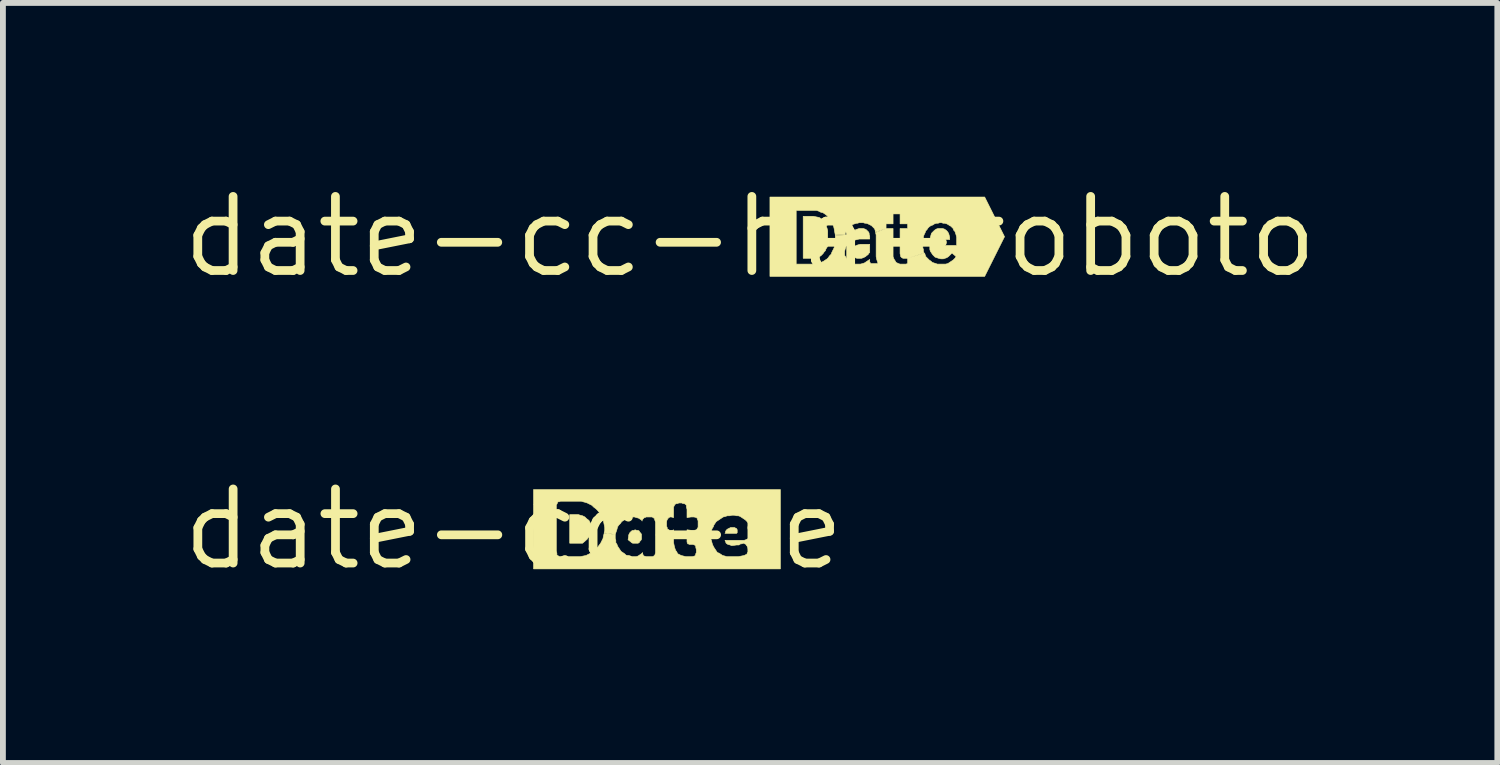
<source format=kicad_pcb>
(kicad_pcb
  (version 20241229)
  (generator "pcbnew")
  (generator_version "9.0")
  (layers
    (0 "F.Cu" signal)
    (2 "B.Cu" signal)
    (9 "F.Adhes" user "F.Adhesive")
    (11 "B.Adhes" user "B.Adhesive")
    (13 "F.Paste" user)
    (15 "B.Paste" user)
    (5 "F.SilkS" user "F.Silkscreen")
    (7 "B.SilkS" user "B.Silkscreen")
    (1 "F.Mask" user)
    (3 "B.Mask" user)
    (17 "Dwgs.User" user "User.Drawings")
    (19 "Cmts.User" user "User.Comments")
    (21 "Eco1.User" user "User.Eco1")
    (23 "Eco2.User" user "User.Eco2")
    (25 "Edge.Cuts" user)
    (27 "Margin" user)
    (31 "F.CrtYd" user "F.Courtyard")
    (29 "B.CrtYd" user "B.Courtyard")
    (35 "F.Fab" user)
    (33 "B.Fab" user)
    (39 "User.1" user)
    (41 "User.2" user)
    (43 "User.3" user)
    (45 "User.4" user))
  (footprint "date-cc-ha-roboto"
    (layer "F.Cu")
    (at 9.804 1.006)
    (property "Reference" "date-cc-ha-roboto" (at 0 0 0) (layer "F.SilkS") (effects (font (size 1.27 1.27) (thickness 0.15))))
    (attr board_only exclude_from_pos_files exclude_from_bom)
    (fp_poly (pts (xy 3.26 -0.14) (xy 3.22 -0.14) (xy 3.19 -0.13) (xy 3.16 -0.11) (xy 3.13 -0.08) (xy 3.11 -0.06) (xy 3.1 -0.03) (xy 3.09 0.01) (xy 3.08 0.05) (xy 3.42 0.05) (xy 3.42 0.01) (xy 3.41 -0.03) (xy 3.4 -0.06) (xy 3.38 -0.09) (xy 3.36 -0.11) (xy 3.33 -0.13) (xy 3.3 -0.14) (xy 3.26 -0.14)) (stroke (width 0.01) (type solid)) (fill yes) (layer "F.SilkS"))
    (fp_poly (pts (xy 1.87 0.37) (xy 1.89 0.37) (xy 1.91 0.37) (xy 1.94 0.36) (xy 1.96 0.35) (xy 1.98 0.34) (xy 2 0.32) (xy 2.02 0.31) (xy 2.03 0.29) (xy 2.05 0.27) (xy 2.05 0.13) (xy 1.92 0.13) (xy 1.89 0.13) (xy 1.85 0.14) (xy 1.82 0.15) (xy 1.8 0.16) (xy 1.78 0.17) (xy 1.76 0.19) (xy 1.75 0.2) (xy 1.75 0.22) (xy 1.74 0.23) (xy 1.74 0.25) (xy 1.74 0.27) (xy 1.74 0.29) (xy 1.75 0.31) (xy 1.76 0.32) (xy 1.77 0.33) (xy 1.78 0.34) (xy 1.8 0.36) (xy 1.83 0.37) (xy 1.87 0.37)) (stroke (width 0.01) (type solid)) (fill yes) (layer "F.SilkS"))
    (fp_poly (pts (xy 0.91 -0.35) (xy 0.91 0.37) (xy 1.07 0.37) (xy 1.11 0.37) (xy 1.15 0.36) (xy 1.18 0.34) (xy 1.21 0.33) (xy 1.23 0.31) (xy 1.25 0.29) (xy 1.27 0.26) (xy 1.29 0.24) (xy 1.3 0.21) (xy 1.32 0.18) (xy 1.33 0.14) (xy 1.33 0.09) (xy 1.33 0.05) (xy 1.33 -0.02) (xy 1.33 -0.06) (xy 1.33 -0.1) (xy 1.32 -0.14) (xy 1.31 -0.17) (xy 1.3 -0.2) (xy 1.29 -0.22) (xy 1.27 -0.25) (xy 1.26 -0.27) (xy 1.24 -0.29) (xy 1.22 -0.3) (xy 1.2 -0.32) (xy 1.18 -0.33) (xy 1.13 -0.34) (xy 1.08 -0.35) (xy 1.05 -0.35) (xy 0.91 -0.35)) (stroke (width 0.01) (type solid)) (fill yes) (layer "F.SilkS"))
    (fp_poly (pts (xy 0.68 -0.68) (xy 0.34 -0.68) (xy 0.34 0.68) (xy 4.02 0.68) (xy 4.36 0) (xy 4.02 -0.68) (xy 0.68 -0.68) (xy 0.79 -0.45) (xy 1.05 -0.45) (xy 1.1 -0.45) (xy 1.14 -0.45) (xy 1.17 -0.44) (xy 1.21 -0.42) (xy 1.25 -0.41) (xy 1.28 -0.39) (xy 1.32 -0.36) (xy 1.34 -0.33) (xy 1.37 -0.3) (xy 1.39 -0.27) (xy 1.41 -0.23) (xy 1.43 -0.18) (xy 1.44 -0.14) (xy 1.45 -0.08) (xy 1.46 -0.03) (xy 1.63 -0.04) (xy 1.63 -0.06) (xy 1.64 -0.08) (xy 1.65 -0.11) (xy 1.67 -0.13) (xy 1.69 -0.15) (xy 1.71 -0.17) (xy 1.73 -0.19) (xy 1.76 -0.21) (xy 1.79 -0.22) (xy 1.82 -0.23) (xy 1.84 -0.23) (xy 1.87 -0.24) (xy 1.9 -0.24) (xy 1.94 -0.24) (xy 1.97 -0.23) (xy 1.99 -0.23) (xy 2.02 -0.22) (xy 2.04 -0.21) (xy 2.06 -0.2) (xy 2.08 -0.19) (xy 2.1 -0.17) (xy 2.12 -0.15) (xy 2.13 -0.14) (xy 2.14 -0.12) (xy 2.15 -0.08) (xy 2.33 -0.14) (xy 2.33 -0.22) (xy 2.45 -0.22) (xy 2.45 -0.39) (xy 2.57 -0.39) (xy 2.57 -0.22) (xy 2.7 -0.22) (xy 2.7 -0.14) (xy 2.57 -0.14) (xy 2.57 0.29) (xy 2.58 0.33) (xy 2.58 0.34) (xy 2.59 0.35) (xy 2.6 0.36) (xy 2.62 0.37) (xy 2.63 0.37) (xy 2.65 0.37) (xy 2.7 0.37) (xy 2.98 0.28) (xy 2.97 0.25) (xy 2.97 0.22) (xy 2.96 0.19) (xy 2.96 0.15) (xy 2.96 0.1) (xy 2.96 0.07) (xy 2.97 0.03) (xy 2.97 0) (xy 2.98 -0.03) (xy 3 -0.07) (xy 3.01 -0.1) (xy 3.03 -0.12) (xy 3.05 -0.15) (xy 3.07 -0.17) (xy 3.1 -0.19) (xy 3.13 -0.2) (xy 3.16 -0.22) (xy 3.19 -0.23) (xy 3.22 -0.23) (xy 3.25 -0.24) (xy 3.28 -0.24) (xy 3.31 -0.23) (xy 3.34 -0.23) (xy 3.37 -0.22) (xy 3.39 -0.21) (xy 3.42 -0.19) (xy 3.44 -0.18) (xy 3.46 -0.16) (xy 3.48 -0.14) (xy 3.49 -0.11) (xy 3.51 -0.09) (xy 3.52 -0.06) (xy 3.53 -0.03) (xy 3.54 0.01) (xy 3.54 0.04) (xy 3.54 0.08) (xy 3.54 0.15) (xy 3.08 0.15) (xy 3.08 0.19) (xy 3.08 0.22) (xy 3.09 0.25) (xy 3.11 0.28) (xy 3.13 0.31) (xy 3.15 0.33) (xy 3.17 0.35) (xy 3.2 0.36) (xy 3.23 0.37) (xy 3.27 0.38) (xy 3.31 0.38) (xy 3.34 0.37) (xy 3.37 0.36) (xy 3.4 0.34) (xy 3.43 0.31) (xy 3.46 0.28) (xy 3.53 0.34) (xy 3.51 0.37) (xy 3.48 0.4) (xy 3.45 0.42) (xy 3.42 0.44) (xy 3.39 0.46) (xy 3.35 0.47) (xy 3.31 0.47) (xy 3.27 0.47) (xy 3.24 0.47) (xy 3.21 0.47) (xy 3.18 0.46) (xy 3.15 0.45) (xy 3.12 0.44) (xy 3.1 0.42) (xy 3.07 0.4) (xy 3.05 0.38) (xy 3.03 0.36) (xy 3.01 0.34) (xy 3 0.31) (xy 2.99 0.28) (xy 2.7 0.37) (xy 2.7 0.46) (xy 2.67 0.47) (xy 2.63 0.47) (xy 2.6 0.47) (xy 2.57 0.47) (xy 2.54 0.46) (xy 2.52 0.45) (xy 2.5 0.44) (xy 2.49 0.42) (xy 2.47 0.39) (xy 2.46 0.37) (xy 2.45 0.34) (xy 2.45 0.3) (xy 2.45 -0.14) (xy 2.33 -0.14) (xy 2.15 -0.07) (xy 2.16 -0.03) (xy 2.16 0.3) (xy 2.16 0.34) (xy 2.17 0.39) (xy 2.18 0.42) (xy 2.19 0.45) (xy 2.19 0.46) (xy 2.07 0.46) (xy 2.06 0.45) (xy 2.05 0.43) (xy 2.05 0.39) (xy 2.02 0.41) (xy 1.99 0.43) (xy 1.96 0.45) (xy 1.93 0.46) (xy 1.89 0.47) (xy 1.85 0.47) (xy 1.81 0.47) (xy 1.78 0.47) (xy 1.75 0.46) (xy 1.73 0.45) (xy 1.71 0.44) (xy 1.69 0.42) (xy 1.67 0.41) (xy 1.66 0.39) (xy 1.65 0.37) (xy 1.64 0.35) (xy 1.62 0.32) (xy 1.62 0.29) (xy 1.62 0.25) (xy 1.63 0.21) (xy 1.64 0.18) (xy 1.65 0.15) (xy 1.67 0.13) (xy 1.7 0.1) (xy 1.73 0.08) (xy 1.76 0.07) (xy 1.79 0.06) (xy 1.83 0.05) (xy 1.87 0.04) (xy 1.9 0.04) (xy 2.05 0.04) (xy 2.05 -0.01) (xy 2.04 -0.04) (xy 2.04 -0.06) (xy 2.03 -0.08) (xy 2.01 -0.1) (xy 1.99 -0.12) (xy 1.97 -0.13) (xy 1.94 -0.14) (xy 1.91 -0.14) (xy 1.87 -0.14) (xy 1.84 -0.13) (xy 1.81 -0.12) (xy 1.79 -0.1) (xy 1.77 -0.08) (xy 1.76 -0.06) (xy 1.75 -0.03) (xy 1.63 -0.03) (xy 1.46 -0.02) (xy 1.46 0.05) (xy 1.45 0.09) (xy 1.45 0.14) (xy 1.44 0.19) (xy 1.42 0.23) (xy 1.4 0.27) (xy 1.39 0.3) (xy 1.36 0.33) (xy 1.34 0.36) (xy 1.32 0.38) (xy 1.29 0.4) (xy 1.26 0.42) (xy 1.22 0.44) (xy 1.19 0.45) (xy 1.13 0.47) (xy 1.07 0.47) (xy 0.79 0.47) (xy 0.79 -0.45) (xy 0.68 -0.68)) (stroke (width 0.01) (type solid)) (fill yes) (layer "F.SilkS")))
  (footprint "date-cc-re"
    (layer "F.Cu")
    (at 5.753 6.019)
    (property "Reference" "date-cc-re" (at 0 0 0) (layer "F.SilkS") (effects (font (size 1.27 1.27) (thickness 0.15))))
    (attr board_only exclude_from_pos_files exclude_from_bom)
    (fp_poly (pts (xy 3.79 0.07) (xy 3.8 0.07) (xy 3.81 0.07) (xy 3.82 0.07) (xy 3.83 0.06) (xy 3.83 0.05) (xy 3.83 0.04) (xy 3.83 0.02) (xy 3.83 0.01) (xy 3.82 -0.01) (xy 3.8 -0.02) (xy 3.78 -0.03) (xy 3.75 -0.03) (xy 3.72 -0.03) (xy 3.7 -0.02) (xy 3.68 -0.01) (xy 3.66 0) (xy 3.64 0.02) (xy 3.63 0.04) (xy 3.63 0.06) (xy 3.62 0.07) (xy 3.79 0.07)) (stroke (width 0.01) (type solid)) (fill yes) (layer "F.SilkS"))
    (fp_poly (pts (xy 1.18 0.24) (xy 1.26 0.17) (xy 1.27 0.15) (xy 1.3 0.12) (xy 1.31 0.08) (xy 1.32 0.06) (xy 1.32 0.04) (xy 1.33 0.01) (xy 1.33 -0.01) (xy 1.33 -0.04) (xy 1.32 -0.06) (xy 1.32 -0.08) (xy 1.31 -0.11) (xy 1.3 -0.13) (xy 1.29 -0.15) (xy 1.25 -0.18) (xy 1.22 -0.21) (xy 1.2 -0.22) (xy 1.18 -0.23) (xy 1.14 -0.24) (xy 1.11 -0.25) (xy 0.96 -0.25) (xy 0.96 0.24) (xy 1.18 0.24)) (stroke (width 0.01) (type solid)) (fill yes) (layer "F.SilkS"))
    (fp_poly (pts (xy 1.96 0.18) (xy 2.01 0.22) (xy 2.02 0.23) (xy 2.04 0.24) (xy 2.06 0.24) (xy 2.08 0.24) (xy 2.11 0.24) (xy 2.13 0.24) (xy 2.15 0.23) (xy 2.16 0.21) (xy 2.18 0.19) (xy 2.19 0.17) (xy 2.19 0.15) (xy 2.19 0.13) (xy 2.19 0.11) (xy 2.19 0.09) (xy 2.18 0.07) (xy 2.16 0.05) (xy 2.15 0.03) (xy 2.13 0.02) (xy 2.11 0.02) (xy 2.08 0.01) (xy 2.06 0.02) (xy 2.04 0.02) (xy 2.02 0.03) (xy 2 0.05) (xy 1.99 0.06) (xy 1.98 0.08) (xy 1.97 0.1) (xy 1.97 0.12) (xy 1.96 0.18)) (stroke (width 0.01) (type solid)) (fill yes) (layer "F.SilkS"))
    (fp_poly (pts (xy 0.68 -0.68) (xy 0.34 -0.68) (xy 0.34 0.68) (xy 4.57 0.68) (xy 4.57 -0.68) (xy 0.68 -0.68) (xy 0.76 -0.47) (xy 0.78 -0.47) (xy 0.8 -0.48) (xy 0.85 -0.48) (xy 1.09 -0.48) (xy 1.12 -0.48) (xy 1.16 -0.48) (xy 1.19 -0.47) (xy 1.23 -0.46) (xy 1.26 -0.45) (xy 1.3 -0.43) (xy 1.34 -0.41) (xy 1.37 -0.38) (xy 1.41 -0.35) (xy 1.44 -0.32) (xy 1.47 -0.28) (xy 1.49 -0.25) (xy 1.51 -0.21) (xy 1.53 -0.17) (xy 1.54 -0.13) (xy 1.55 -0.08) (xy 1.56 -0.03) (xy 1.56 0.02) (xy 1.55 0.06) (xy 1.74 0.09) (xy 1.75 0.06) (xy 1.76 0.03) (xy 1.77 0) (xy 1.78 -0.04) (xy 1.8 -0.07) (xy 1.83 -0.1) (xy 1.85 -0.13) (xy 1.88 -0.15) (xy 1.91 -0.17) (xy 1.94 -0.19) (xy 1.97 -0.2) (xy 2.01 -0.21) (xy 2.04 -0.21) (xy 2.07 -0.21) (xy 2.1 -0.2) (xy 2.14 -0.19) (xy 2.17 -0.17) (xy 2.19 -0.16) (xy 2.2 -0.14) (xy 2.2 -0.15) (xy 2.21 -0.17) (xy 2.22 -0.18) (xy 2.23 -0.19) (xy 2.24 -0.2) (xy 2.25 -0.2) (xy 2.27 -0.21) (xy 2.29 -0.21) (xy 2.35 -0.21) (xy 2.37 -0.21) (xy 2.39 -0.2) (xy 2.4 -0.19) (xy 2.41 -0.19) (xy 2.42 -0.15) (xy 2.43 -0.13) (xy 2.43 -0.1) (xy 2.62 -0.09) (xy 2.62 -0.14) (xy 2.63 -0.16) (xy 2.64 -0.18) (xy 2.66 -0.2) (xy 2.68 -0.21) (xy 2.7 -0.21) (xy 2.74 -0.2) (xy 2.74 -0.38) (xy 2.75 -0.4) (xy 2.76 -0.42) (xy 2.77 -0.43) (xy 2.79 -0.44) (xy 2.81 -0.44) (xy 2.83 -0.45) (xy 2.86 -0.45) (xy 2.88 -0.45) (xy 2.9 -0.44) (xy 2.92 -0.44) (xy 2.94 -0.43) (xy 2.95 -0.42) (xy 2.96 -0.41) (xy 2.96 -0.4) (xy 2.96 -0.38) (xy 2.97 -0.34) (xy 2.97 -0.2) (xy 3.04 -0.21) (xy 3.09 -0.21) (xy 3.13 -0.2) (xy 3.14 -0.19) (xy 3.15 -0.18) (xy 3.15 -0.16) (xy 3.16 -0.15) (xy 3.16 -0.1) (xy 3.16 -0.05) (xy 3.16 -0.03) (xy 3.39 0.02) (xy 3.4 -0.01) (xy 3.42 -0.04) (xy 3.43 -0.07) (xy 3.45 -0.1) (xy 3.47 -0.13) (xy 3.5 -0.15) (xy 3.53 -0.17) (xy 3.56 -0.19) (xy 3.59 -0.21) (xy 3.63 -0.22) (xy 3.66 -0.23) (xy 3.7 -0.23) (xy 3.74 -0.24) (xy 3.78 -0.24) (xy 3.82 -0.23) (xy 3.85 -0.23) (xy 3.88 -0.22) (xy 3.91 -0.2) (xy 3.94 -0.18) (xy 3.97 -0.16) (xy 3.99 -0.14) (xy 4.01 -0.12) (xy 4.02 -0.1) (xy 4.04 -0.06) (xy 4.05 -0.03) (xy 4.05 -0.01) (xy 4.06 0.02) (xy 4.06 0.12) (xy 4.02 0.16) (xy 4 0.17) (xy 3.98 0.18) (xy 3.95 0.19) (xy 3.93 0.19) (xy 3.62 0.19) (xy 3.63 0.2) (xy 3.63 0.22) (xy 3.64 0.23) (xy 3.64 0.24) (xy 3.67 0.26) (xy 3.71 0.27) (xy 3.73 0.28) (xy 3.75 0.28) (xy 3.82 0.27) (xy 3.86 0.27) (xy 3.89 0.25) (xy 3.91 0.25) (xy 3.93 0.24) (xy 3.94 0.24) (xy 3.96 0.25) (xy 3.98 0.26) (xy 3.99 0.28) (xy 4.01 0.3) (xy 4.02 0.35) (xy 4.02 0.36) (xy 4.02 0.38) (xy 4.02 0.39) (xy 4.01 0.4) (xy 4 0.42) (xy 3.99 0.43) (xy 3.97 0.44) (xy 3.95 0.45) (xy 3.9 0.46) (xy 3.85 0.47) (xy 3.78 0.47) (xy 3.73 0.47) (xy 3.69 0.47) (xy 3.65 0.47) (xy 3.62 0.46) (xy 3.58 0.45) (xy 3.55 0.43) (xy 3.52 0.41) (xy 3.49 0.4) (xy 3.47 0.37) (xy 3.45 0.34) (xy 3.43 0.31) (xy 3.41 0.27) (xy 3.4 0.24) (xy 3.39 0.2) (xy 3.38 0.17) (xy 3.38 0.13) (xy 3.38 0.09) (xy 3.38 0.06) (xy 3.39 0.02) (xy 3.16 -0.03) (xy 3.15 -0.02) (xy 3.14 0) (xy 3.13 0.01) (xy 3.09 0.02) (xy 3.05 0.02) (xy 2.97 0.01) (xy 2.97 0.2) (xy 2.97 0.22) (xy 2.98 0.24) (xy 2.98 0.25) (xy 2.99 0.25) (xy 3.01 0.26) (xy 3.05 0.26) (xy 3.07 0.26) (xy 3.1 0.27) (xy 3.11 0.28) (xy 3.12 0.29) (xy 3.12 0.31) (xy 3.13 0.35) (xy 3.13 0.4) (xy 3.12 0.42) (xy 3.12 0.43) (xy 3.11 0.45) (xy 3.1 0.46) (xy 3.06 0.47) (xy 3.04 0.47) (xy 2.99 0.47) (xy 2.95 0.47) (xy 2.91 0.46) (xy 2.87 0.45) (xy 2.85 0.44) (xy 2.83 0.43) (xy 2.81 0.42) (xy 2.8 0.4) (xy 2.79 0.38) (xy 2.78 0.37) (xy 2.77 0.35) (xy 2.76 0.32) (xy 2.75 0.28) (xy 2.74 0.23) (xy 2.74 0.01) (xy 2.72 0.02) (xy 2.69 0.02) (xy 2.67 0.02) (xy 2.66 0.01) (xy 2.64 0) (xy 2.63 -0.01) (xy 2.63 -0.03) (xy 2.62 -0.05) (xy 2.62 -0.09) (xy 2.43 -0.1) (xy 2.43 0.36) (xy 2.43 0.4) (xy 2.42 0.44) (xy 2.41 0.45) (xy 2.4 0.46) (xy 2.38 0.47) (xy 2.37 0.47) (xy 2.35 0.47) (xy 2.32 0.47) (xy 2.29 0.47) (xy 2.27 0.47) (xy 2.24 0.46) (xy 2.23 0.46) (xy 2.22 0.45) (xy 2.22 0.44) (xy 2.21 0.43) (xy 2.21 0.41) (xy 2.21 0.4) (xy 2.19 0.42) (xy 2.16 0.44) (xy 2.13 0.46) (xy 2.1 0.47) (xy 2.06 0.47) (xy 2.02 0.47) (xy 1.99 0.47) (xy 1.95 0.46) (xy 1.92 0.44) (xy 1.9 0.42) (xy 1.87 0.4) (xy 1.84 0.38) (xy 1.82 0.35) (xy 1.8 0.32) (xy 1.78 0.29) (xy 1.77 0.26) (xy 1.75 0.23) (xy 1.75 0.19) (xy 1.74 0.16) (xy 1.74 0.13) (xy 1.74 0.09) (xy 1.55 0.07) (xy 1.54 0.11) (xy 1.53 0.16) (xy 1.51 0.2) (xy 1.49 0.24) (xy 1.46 0.28) (xy 1.43 0.32) (xy 1.4 0.35) (xy 1.36 0.38) (xy 1.32 0.41) (xy 1.28 0.43) (xy 1.24 0.45) (xy 1.19 0.46) (xy 1.14 0.47) (xy 1.09 0.47) (xy 0.84 0.47) (xy 0.82 0.47) (xy 0.79 0.47) (xy 0.77 0.46) (xy 0.75 0.45) (xy 0.74 0.44) (xy 0.74 0.41) (xy 0.73 0.37) (xy 0.73 -0.42) (xy 0.74 -0.43) (xy 0.75 -0.45) (xy 0.75 -0.46) (xy 0.76 -0.47) (xy 0.68 -0.68)) (stroke (width 0.01) (type solid)) (fill yes) (layer "F.SilkS")))
  (gr_rect
    (start -3 -3)
    (end 22.609 10.025)
    (stroke (width 0.1) (type default))
    (fill no)
    (layer "Edge.Cuts")))
</source>
